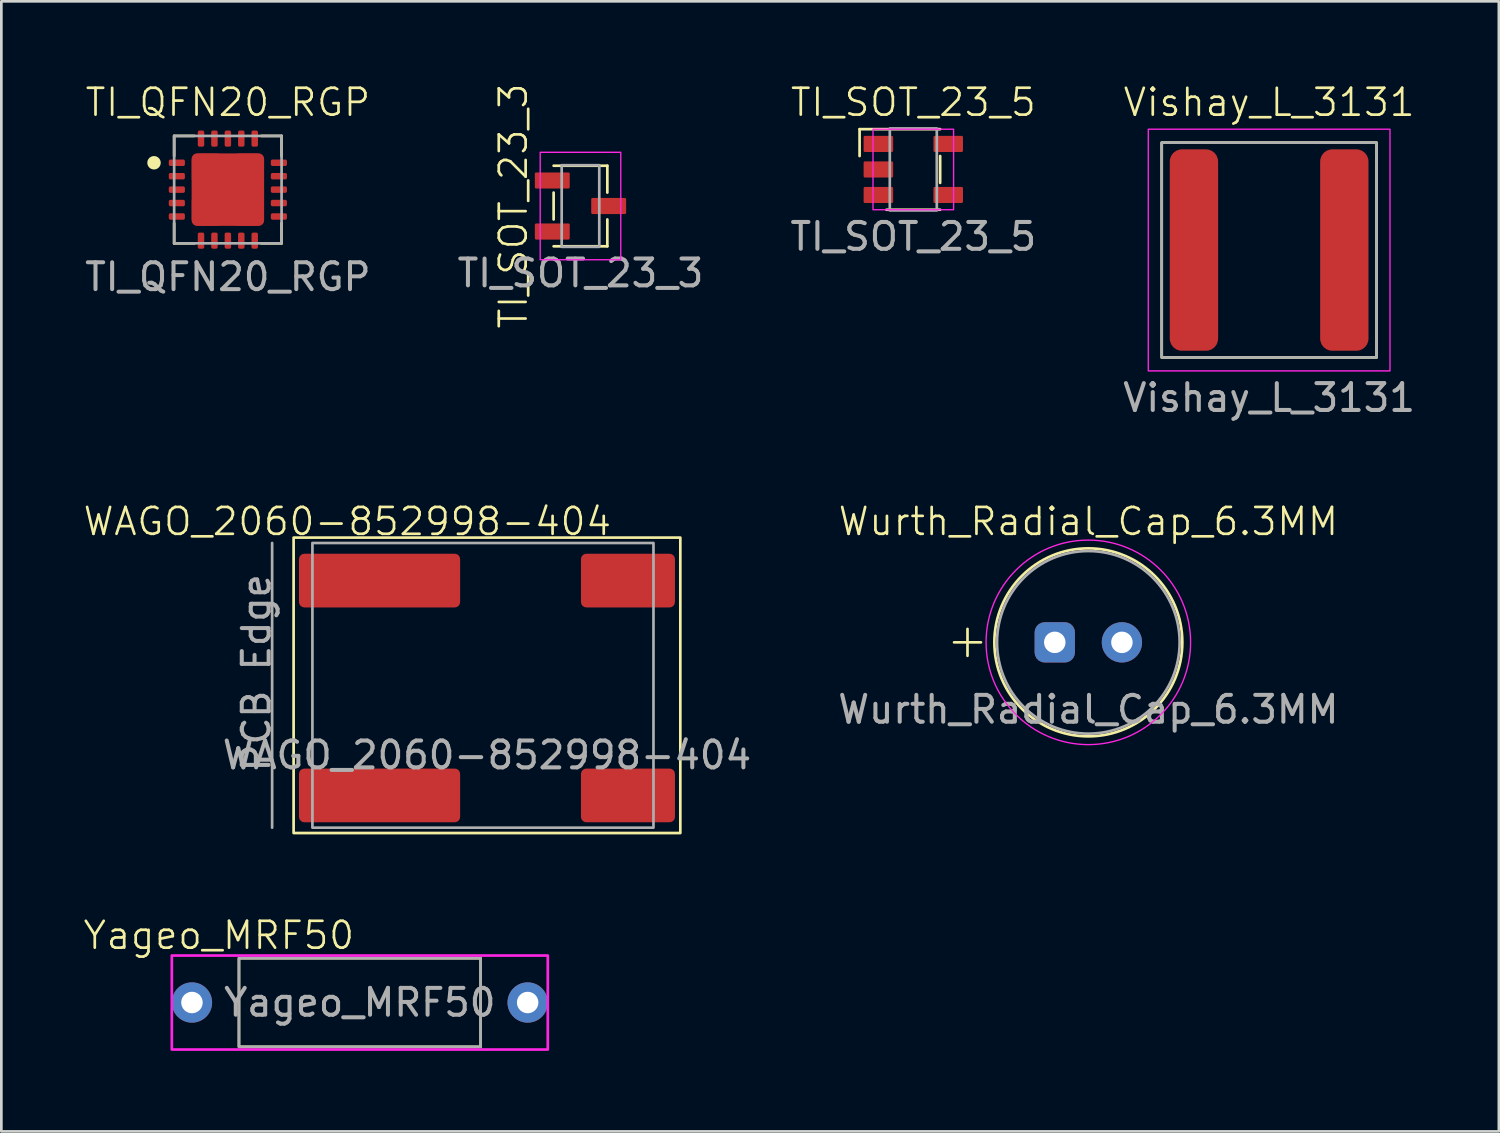
<source format=kicad_pcb>
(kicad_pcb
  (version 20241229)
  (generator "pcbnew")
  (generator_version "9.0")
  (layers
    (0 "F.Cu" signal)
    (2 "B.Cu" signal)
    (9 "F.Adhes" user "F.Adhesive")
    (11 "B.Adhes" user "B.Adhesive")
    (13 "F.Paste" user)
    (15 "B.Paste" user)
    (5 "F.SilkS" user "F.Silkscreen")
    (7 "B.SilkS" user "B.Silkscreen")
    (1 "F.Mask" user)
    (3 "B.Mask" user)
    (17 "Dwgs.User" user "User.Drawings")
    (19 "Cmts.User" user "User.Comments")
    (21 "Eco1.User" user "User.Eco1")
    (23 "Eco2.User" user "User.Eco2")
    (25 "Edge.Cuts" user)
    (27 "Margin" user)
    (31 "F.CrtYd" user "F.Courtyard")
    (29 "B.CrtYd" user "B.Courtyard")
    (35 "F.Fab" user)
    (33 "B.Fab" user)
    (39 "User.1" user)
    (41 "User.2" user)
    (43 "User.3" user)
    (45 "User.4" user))
  (footprint "TI_QFN20_RGP"
    (layer "F.Cu")
    (at 5.435 4.011)
    (property "Reference" "TI_QFN20_RGP" (at 0 -3.25 0) (unlocked yes) (layer "F.SilkS") (effects (font (size 1 1) (thickness 0.1))))
    (attr smd)
    (fp_line (start -2 -2) (end -2 -1.25) (stroke (width 0.1) (type default)) (layer "F.SilkS"))
    (fp_line (start -2 1.25) (end -2 2) (stroke (width 0.1) (type default)) (layer "F.SilkS"))
    (fp_line (start -1.25 -2) (end -2 -2) (stroke (width 0.1) (type default)) (layer "F.SilkS"))
    (fp_line (start -1.25 2) (end -2 2) (stroke (width 0.1) (type default)) (layer "F.SilkS"))
    (fp_line (start 1.25 2) (end 2 2) (stroke (width 0.1) (type default)) (layer "F.SilkS"))
    (fp_line (start 2 -2) (end 1.25 -2) (stroke (width 0.1) (type default)) (layer "F.SilkS"))
    (fp_line (start 2 -1.25) (end 2 -2) (stroke (width 0.1) (type default)) (layer "F.SilkS"))
    (fp_line (start 2 1.25) (end 2 2) (stroke (width 0.1) (type default)) (layer "F.SilkS"))
    (fp_circle (center -2.75 -1) (end -2.55 -1) (stroke (width 0.1) (type default)) (fill yes) (layer "F.SilkS"))
    (fp_rect (start -2.25 -2.25) (end 2.25 2.25) (stroke (width 0.1) (type default)) (fill no) (layer "Margin"))
    (fp_rect (start -2 -2) (end 2 2) (stroke (width 0.1) (type default)) (fill no) (layer "F.Fab"))
    (fp_text user "${REFERENCE}" (at 0 3.25 0) (unlocked yes) (layer "F.Fab") (effects (font (size 1 1) (thickness 0.15))))
    (pad "" smd roundrect (at -0.75 -0.75 90) (size 1.19 1.19) (layers "F.Cu" "F.Paste") (roundrect_rratio 0.203))
    (pad "" smd roundrect (at -0.75 0.75 90) (size 1.19 1.19) (layers "F.Cu" "F.Paste") (roundrect_rratio 0.203))
    (pad "" smd roundrect (at 0.75 -0.75 90) (size 1.19 1.19) (layers "F.Cu" "F.Paste") (roundrect_rratio 0.203))
    (pad "" smd roundrect (at 0.75 0.75 90) (size 1.19 1.19) (layers "F.Cu" "F.Paste") (roundrect_rratio 0.203))
    (pad "0" smd roundrect (at 0 0 90) (size 2.7 2.7) (layers "F.Cu" "F.Mask") (roundrect_rratio 0.075))
    (pad "1" smd roundrect (at -1.9 -1) (size 0.6 0.24) (layers "F.Cu" "F.Mask" "F.Paste") (roundrect_rratio 0.25))
    (pad "2" smd roundrect (at -1.9 -0.5) (size 0.6 0.24) (layers "F.Cu" "F.Mask" "F.Paste") (roundrect_rratio 0.25))
    (pad "3" smd roundrect (at -1.9 0) (size 0.6 0.24) (layers "F.Cu" "F.Mask" "F.Paste") (roundrect_rratio 0.25))
    (pad "4" smd roundrect (at -1.9 0.5) (size 0.6 0.24) (layers "F.Cu" "F.Mask" "F.Paste") (roundrect_rratio 0.25))
    (pad "5" smd roundrect (at -1.9 1) (size 0.6 0.24) (layers "F.Cu" "F.Mask" "F.Paste") (roundrect_rratio 0.25))
    (pad "6" smd roundrect (at -1 1.9 90) (size 0.6 0.24) (layers "F.Cu" "F.Mask" "F.Paste") (roundrect_rratio 0.25))
    (pad "7" smd roundrect (at -0.5 1.9 90) (size 0.6 0.24) (layers "F.Cu" "F.Mask" "F.Paste") (roundrect_rratio 0.25))
    (pad "8" smd roundrect (at 0 1.9 90) (size 0.6 0.24) (layers "F.Cu" "F.Mask" "F.Paste") (roundrect_rratio 0.25))
    (pad "9" smd roundrect (at 0.5 1.9 90) (size 0.6 0.24) (layers "F.Cu" "F.Mask" "F.Paste") (roundrect_rratio 0.25))
    (pad "10" smd roundrect (at 1 1.9 90) (size 0.6 0.24) (layers "F.Cu" "F.Mask" "F.Paste") (roundrect_rratio 0.25))
    (pad "11" smd roundrect (at 1.9 1 180) (size 0.6 0.24) (layers "F.Cu" "F.Mask" "F.Paste") (roundrect_rratio 0.25))
    (pad "12" smd roundrect (at 1.9 0.5 180) (size 0.6 0.24) (layers "F.Cu" "F.Mask" "F.Paste") (roundrect_rratio 0.25))
    (pad "13" smd roundrect (at 1.9 0 180) (size 0.6 0.24) (layers "F.Cu" "F.Mask" "F.Paste") (roundrect_rratio 0.25))
    (pad "14" smd roundrect (at 1.9 -0.5 180) (size 0.6 0.24) (layers "F.Cu" "F.Mask" "F.Paste") (roundrect_rratio 0.25))
    (pad "15" smd roundrect (at 1.9 -1 180) (size 0.6 0.24) (layers "F.Cu" "F.Mask" "F.Paste") (roundrect_rratio 0.25))
    (pad "16" smd roundrect (at 1 -1.9 270) (size 0.6 0.24) (layers "F.Cu" "F.Mask" "F.Paste") (roundrect_rratio 0.25))
    (pad "17" smd roundrect (at 0.5 -1.9 270) (size 0.6 0.24) (layers "F.Cu" "F.Mask" "F.Paste") (roundrect_rratio 0.25))
    (pad "18" smd roundrect (at 0 -1.9 270) (size 0.6 0.24) (layers "F.Cu" "F.Mask" "F.Paste") (roundrect_rratio 0.25))
    (pad "19" smd roundrect (at -0.5 -1.9 270) (size 0.6 0.24) (layers "F.Cu" "F.Mask" "F.Paste") (roundrect_rratio 0.25))
    (pad "20" smd roundrect (at -1 -1.9 90) (size 0.6 0.24) (layers "F.Cu" "F.Mask" "F.Paste") (roundrect_rratio 0.25)))
  (footprint "Wurth_Radial_Cap_6.3MM"
    (layer "F.Cu")
    (at 37.476 20.869)
    (property "Reference" "Wurth_Radial_Cap_6.3MM" (at 0 -4.5 0) (unlocked yes) (layer "F.SilkS") (effects (font (size 1 1) (thickness 0.1))))
    (attr through_hole)
    (fp_line (start -5 0) (end -4 0) (stroke (width 0.1) (type default)) (layer "F.SilkS"))
    (fp_line (start -4.5 -0.5) (end -4.5 0.5) (stroke (width 0.1) (type default)) (layer "F.SilkS"))
    (fp_circle (center 0 0) (end 3.5 0) (stroke (width 0.1) (type default)) (fill no) (layer "F.SilkS"))
    (fp_circle (center 0 0) (end 3.5 -1.5) (stroke (width 0.05) (type default)) (fill no) (layer "F.CrtYd"))
    (fp_circle (center 0 0) (end 3.4 0) (stroke (width 0.1) (type default)) (fill no) (layer "F.Fab"))
    (fp_text user "${REFERENCE}" (at 0 2.5 0) (unlocked yes) (layer "F.Fab") (effects (font (size 1 1) (thickness 0.15))))
    (pad "1" thru_hole roundrect (at -1.25 0) (size 1.5 1.5) (drill 0.8) (layers "*.Cu" "*.Mask") (roundrect_rratio 0.25))
    (pad "2" thru_hole circle (at 1.25 0) (size 1.5 1.5) (drill 0.8) (layers "*.Cu" "*.Mask")))
  (footprint "TI_SOT_23_5"
    (layer "F.Cu")
    (at 30.958 3.26)
    (property "Reference" "TI_SOT_23_5" (at 0 -2.5 0) (unlocked yes) (layer "F.SilkS") (effects (font (size 1 1) (thickness 0.1))))
    (attr smd)
    (fp_line (start -2 -1.5) (end -2 -0.5) (stroke (width 0.1) (type default)) (layer "F.SilkS"))
    (fp_line (start -2 -1.5) (end 1 -1.5) (stroke (width 0.1) (type default)) (layer "F.SilkS"))
    (fp_line (start -1 1.5) (end 1 1.5) (stroke (width 0.1) (type default)) (layer "F.SilkS"))
    (fp_line (start 1 -0.5) (end 1 0.5) (stroke (width 0.1) (type default)) (layer "F.SilkS"))
    (fp_rect (start -1.5 -1.5) (end 1.5 1.5) (stroke (width 0.05) (type default)) (fill no) (layer "F.CrtYd"))
    (fp_rect (start -0.875 -1.525) (end 0.875 1.525) (stroke (width 0.1) (type default)) (fill no) (layer "F.Fab"))
    (fp_text user "${REFERENCE}" (at 0 2.5 0) (unlocked yes) (layer "F.Fab") (effects (font (size 1 1) (thickness 0.15))))
    (pad "1" smd roundrect (at -1.3 -0.95) (size 1.1 0.6) (layers "F.Cu" "F.Mask" "F.Paste") (roundrect_rratio 0.083))
    (pad "2" smd roundrect (at -1.3 0) (size 1.1 0.6) (layers "F.Cu" "F.Mask" "F.Paste") (roundrect_rratio 0.083))
    (pad "3" smd roundrect (at -1.3 0.95) (size 1.1 0.6) (layers "F.Cu" "F.Mask" "F.Paste") (roundrect_rratio 0.083))
    (pad "4" smd roundrect (at 1.3 0.95) (size 1.1 0.6) (layers "F.Cu" "F.Mask" "F.Paste") (roundrect_rratio 0.083))
    (pad "5" smd roundrect (at 1.3 -0.95) (size 1.1 0.6) (layers "F.Cu" "F.Mask" "F.Paste") (roundrect_rratio 0.083)))
  (footprint "TI_SOT_23_3"
    (layer "F.Cu")
    (at 18.565 4.621)
    (property "Reference" "TI_SOT_23_3" (at -2.5 0 90) (unlocked yes) (layer "F.SilkS") (effects (font (size 1 1) (thickness 0.1))))
    (attr smd)
    (fp_line (start -1 -0.5) (end -1 0.5) (stroke (width 0.1) (type default)) (layer "F.SilkS"))
    (fp_line (start -1 1.5) (end 1 1.5) (stroke (width 0.1) (type default)) (layer "F.SilkS"))
    (fp_line (start 1 -1.5) (end -1 -1.5) (stroke (width 0.1) (type default)) (layer "F.SilkS"))
    (fp_line (start 1 -0.5) (end 1 -1.5) (stroke (width 0.1) (type default)) (layer "F.SilkS"))
    (fp_line (start 1 1.5) (end 1 0.5) (stroke (width 0.1) (type default)) (layer "F.SilkS"))
    (fp_rect (start -1.5 -2) (end 1.5 2) (stroke (width 0.05) (type default)) (fill no) (layer "F.CrtYd"))
    (fp_rect (start -0.7 -1.52) (end 0.7 1.52) (stroke (width 0.1) (type default)) (fill no) (layer "F.Fab"))
    (fp_text user "${REFERENCE}" (at 0 2.5 0) (unlocked yes) (layer "F.Fab") (effects (font (size 1 1) (thickness 0.15))))
    (pad "1" smd roundrect (at -1.05 -0.95) (size 1.3 0.6) (layers "F.Cu" "F.Mask" "F.Paste") (roundrect_rratio 0.083))
    (pad "2" smd roundrect (at -1.05 0.95) (size 1.3 0.6) (layers "F.Cu" "F.Mask" "F.Paste") (roundrect_rratio 0.083))
    (pad "3" smd roundrect (at 1.05 0) (size 1.3 0.6) (layers "F.Cu" "F.Mask" "F.Paste") (roundrect_rratio 0.083)))
  (footprint "WAGO_2060-852998-404"
    (layer "F.Cu")
    (at 15.083 22.569)
    (property "Reference" "WAGO_2060-852998-404" (at -5.2 -6.2 0) (unlocked yes) (layer "F.SilkS") (effects (font (size 1 1) (thickness 0.1))))
    (attr smd)
    (fp_rect (start -7.2 -5.6) (end 7.2 5.4) (stroke (width 0.1) (type default)) (fill no) (layer "F.SilkS"))
    (fp_rect (start -7.2 -5.6) (end 7.2 5.4) (stroke (width 0.1) (type default)) (fill no) (layer "Margin"))
    (fp_line (start -8 -5.4) (end -8 5.2) (stroke (width 0.1) (type default)) (layer "F.Fab"))
    (fp_rect (start -6.5 -5.4) (end 6.2 5.2) (stroke (width 0.1) (type default)) (fill no) (layer "F.Fab"))
    (fp_text user "${REFERENCE}" (at 0 2.5 0) (unlocked yes) (layer "F.Fab") (effects (font (size 1 1) (thickness 0.15))))
    (fp_text user "PCB Edge" (at -8 3.2 90) (unlocked yes) (layer "F.Fab") (effects (font (size 1 1) (thickness 0.15)) (justify left bottom)))
    (pad "1" smd roundrect (at -4 4) (size 6 2) (layers "F.Cu" "F.Mask") (roundrect_rratio 0.1))
    (pad "2" smd roundrect (at -4 -4) (size 6 2) (layers "F.Cu" "F.Mask") (roundrect_rratio 0.1))
    (pad "3" smd roundrect (at 5.25 4) (size 3.5 2) (layers "F.Cu" "F.Mask") (roundrect_rratio 0.1))
    (pad "4" smd roundrect (at 5.25 -4) (size 3.5 2) (layers "F.Cu" "F.Mask") (roundrect_rratio 0.1)))
  (footprint "Yageo_MRF50"
    (layer "F.Cu")
    (at 10.348 34.28)
    (property "Reference" "Yageo_MRF50" (at -5.25 -2.5 0) (unlocked yes) (layer "F.SilkS") (effects (font (size 1 1) (thickness 0.1))))
    (attr through_hole)
    (fp_rect (start -4.5 -1.65) (end 4.5 1.65) (stroke (width 0.1) (type default)) (fill no) (layer "F.SilkS"))
    (fp_rect (start -7 -1.75) (end 7 1.75) (stroke (width 0.1) (type default)) (fill no) (layer "F.CrtYd"))
    (fp_rect (start -4.5 -1.65) (end 4.5 1.65) (stroke (width 0.1) (type default)) (fill no) (layer "F.Fab"))
    (fp_text user "${REFERENCE}" (at 0 0 0) (unlocked yes) (layer "F.Fab") (effects (font (size 1 1) (thickness 0.15))))
    (pad "1" thru_hole circle (at -6.25 0) (size 1.5 1.5) (drill 0.8) (layers "*.Cu" "*.Mask"))
    (pad "2" thru_hole circle (at 6.25 0) (size 1.5 1.5) (drill 0.8) (layers "*.Cu" "*.Mask")))
  (footprint "Vishay_L_3131"
    (layer "F.Cu")
    (at 44.208 6.261)
    (property "Reference" "Vishay_L_3131" (at 0 -5.5 0) (unlocked yes) (layer "F.SilkS") (effects (font (size 1 1) (thickness 0.1))))
    (attr smd)
    (fp_rect (start -4 -4) (end 4 4) (stroke (width 0.1) (type default)) (fill no) (layer "F.SilkS"))
    (fp_rect (start -4.5 -4.5) (end 4.5 4.5) (stroke (width 0.05) (type default)) (fill no) (layer "F.CrtYd"))
    (fp_rect (start -4 -4) (end 4 4) (stroke (width 0.1) (type default)) (fill no) (layer "F.Fab"))
    (fp_text user "${REFERENCE}" (at 0 5.5 0) (unlocked yes) (layer "F.Fab") (effects (font (size 1 1) (thickness 0.15))))
    (pad "1" smd roundrect (at -2.8 0) (size 1.8 7.5) (layers "F.Cu" "F.Mask" "F.Paste") (roundrect_rratio 0.25))
    (pad "2" smd roundrect (at 2.8 0) (size 1.8 7.5) (layers "F.Cu" "F.Mask" "F.Paste") (roundrect_rratio 0.25)))
  (gr_rect
    (start -3 -3)
    (end 52.762 39.08)
    (stroke (width 0.1) (type default))
    (fill no)
    (layer "Edge.Cuts")))
</source>
